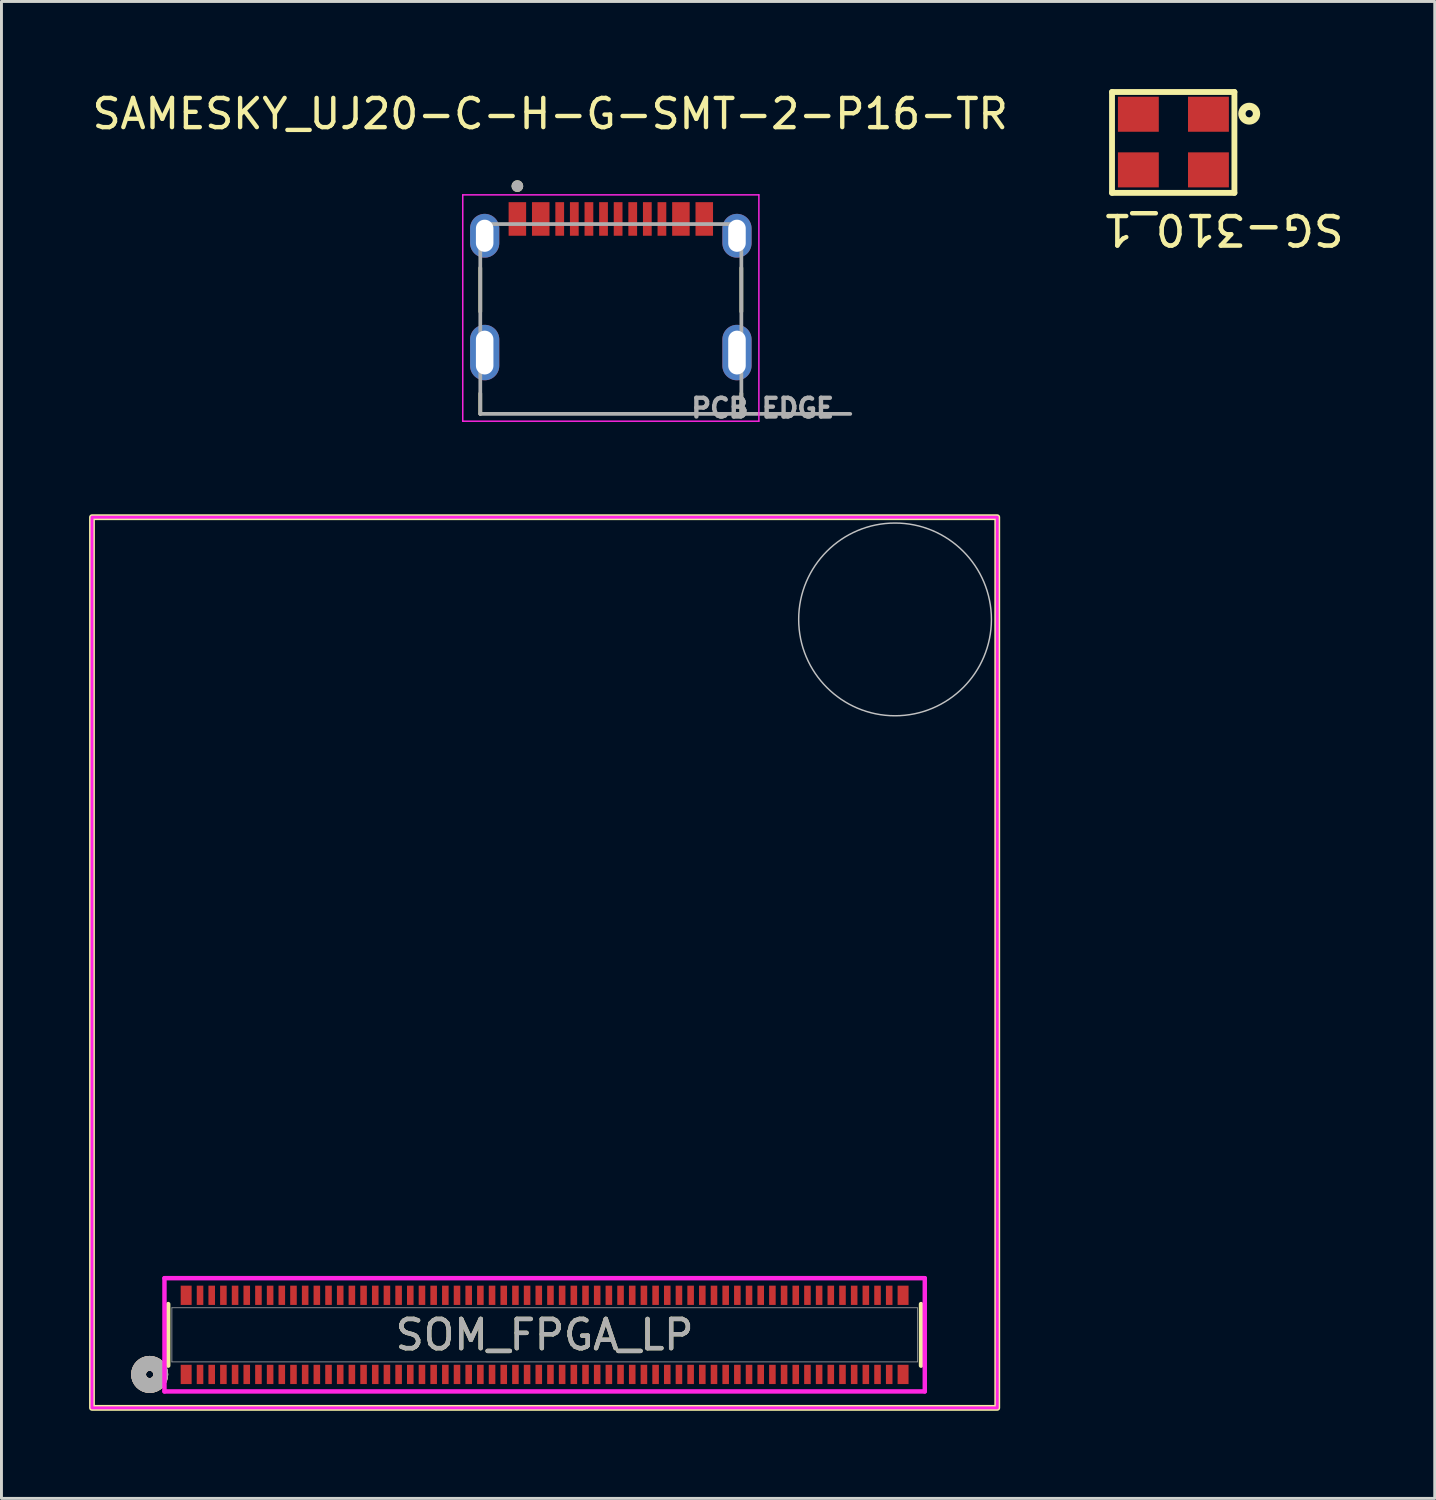
<source format=kicad_pcb>
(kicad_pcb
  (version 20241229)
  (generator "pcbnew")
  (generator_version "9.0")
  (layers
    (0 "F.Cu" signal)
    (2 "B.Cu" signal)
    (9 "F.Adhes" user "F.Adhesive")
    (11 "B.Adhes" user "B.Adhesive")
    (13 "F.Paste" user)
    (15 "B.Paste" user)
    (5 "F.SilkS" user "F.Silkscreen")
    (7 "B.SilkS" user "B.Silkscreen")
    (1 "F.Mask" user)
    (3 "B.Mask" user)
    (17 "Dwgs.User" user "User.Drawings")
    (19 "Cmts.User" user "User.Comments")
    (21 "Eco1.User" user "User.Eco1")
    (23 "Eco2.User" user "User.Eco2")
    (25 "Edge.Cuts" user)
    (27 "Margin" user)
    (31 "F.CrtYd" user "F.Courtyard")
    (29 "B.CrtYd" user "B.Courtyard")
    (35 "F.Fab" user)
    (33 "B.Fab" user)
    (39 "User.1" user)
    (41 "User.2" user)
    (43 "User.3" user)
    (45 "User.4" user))
  (footprint "SAMESKY_UJ20-C-H-G-SMT-2-P16-TR"
    (layer "F.Cu")
    (at 17.867 11.123)
    (property "Reference" "SAMESKY_UJ20-C-H-G-SMT-2-P16-TR" (at -2.075 -10.275 0) (layer "F.SilkS") (effects (font (size 1 1) (thickness 0.15))))
    (attr smd allow_soldermask_bridges)
    (fp_line (start -4.47 -5) (end -4.47 -3.5) (stroke (width 0.127) (type solid)) (layer "F.SilkS"))
    (fp_line (start -4.47 0) (end -4.47 -0.7) (stroke (width 0.127) (type solid)) (layer "F.SilkS"))
    (fp_line (start 4.47 -5) (end 4.47 -3.5) (stroke (width 0.127) (type solid)) (layer "F.SilkS"))
    (fp_line (start 4.47 0) (end 4.47 -0.7) (stroke (width 0.127) (type solid)) (layer "F.SilkS"))
    (fp_circle (center -3.2 -7.8) (end -3.1 -7.8) (stroke (width 0.2) (type solid)) (fill no) (layer "F.SilkS"))
    (fp_line (start -5.07 -7.5) (end -5.07 0.25) (stroke (width 0.05) (type solid)) (layer "F.CrtYd"))
    (fp_line (start -5.07 0.25) (end 5.07 0.25) (stroke (width 0.05) (type solid)) (layer "F.CrtYd"))
    (fp_line (start 5.07 -7.5) (end -5.07 -7.5) (stroke (width 0.05) (type solid)) (layer "F.CrtYd"))
    (fp_line (start 5.07 0.25) (end 5.07 -7.5) (stroke (width 0.05) (type solid)) (layer "F.CrtYd"))
    (fp_line (start -4.47 -6.5) (end -4.47 0) (stroke (width 0.127) (type solid)) (layer "F.Fab"))
    (fp_line (start -4.47 0) (end 4.4 0) (stroke (width 0.127) (type solid)) (layer "F.Fab"))
    (fp_line (start 4.4 0) (end 4.47 0) (stroke (width 0.127) (type solid)) (layer "F.Fab"))
    (fp_line (start 4.47 -6.5) (end -4.47 -6.5) (stroke (width 0.127) (type solid)) (layer "F.Fab"))
    (fp_line (start 4.47 0) (end 4.47 -6.5) (stroke (width 0.127) (type solid)) (layer "F.Fab"))
    (fp_line (start 4.47 0) (end 8.2 0) (stroke (width 0.127) (type solid)) (layer "F.Fab"))
    (fp_circle (center -3.2 -7.8) (end -3.1 -7.8) (stroke (width 0.2) (type solid)) (fill no) (layer "F.Fab"))
    (fp_text user "PCB EDGE" (at 5.2 -0.2 0) (layer "F.Fab") (effects (font (size 0.64 0.64) (thickness 0.15))))
    (pad "A1_B12" smd rect (at -3.2 -6.675) (size 0.6 1.15) (layers "F.Cu" "F.Mask" "F.Paste"))
    (pad "A4_B9" smd rect (at -2.4 -6.675) (size 0.6 1.15) (layers "F.Cu" "F.Mask" "F.Paste"))
    (pad "A5" smd rect (at -1.25 -6.675) (size 0.3 1.15) (layers "F.Cu" "F.Mask" "F.Paste"))
    (pad "A6" smd rect (at -0.25 -6.675) (size 0.3 1.15) (layers "F.Cu" "F.Mask" "F.Paste"))
    (pad "A7" smd rect (at 0.25 -6.675) (size 0.3 1.15) (layers "F.Cu" "F.Mask" "F.Paste"))
    (pad "A8" smd rect (at 1.25 -6.675) (size 0.3 1.15) (layers "F.Cu" "F.Mask" "F.Paste"))
    (pad "B1_A12" smd rect (at 3.2 -6.675) (size 0.6 1.15) (layers "F.Cu" "F.Mask" "F.Paste"))
    (pad "B4_A9" smd rect (at 2.4 -6.675) (size 0.6 1.15) (layers "F.Cu" "F.Mask" "F.Paste"))
    (pad "B5" smd rect (at 1.75 -6.675) (size 0.3 1.15) (layers "F.Cu" "F.Mask" "F.Paste"))
    (pad "B6" smd rect (at 0.75 -6.675) (size 0.3 1.15) (layers "F.Cu" "F.Mask" "F.Paste"))
    (pad "B7" smd rect (at -0.75 -6.675) (size 0.3 1.15) (layers "F.Cu" "F.Mask" "F.Paste"))
    (pad "B8" smd rect (at -1.75 -6.675) (size 0.3 1.15) (layers "F.Cu" "F.Mask" "F.Paste"))
    (pad "SH1" thru_hole oval (at -4.32 -6.1) (size 1 1.5) (drill oval 0.6 1.1) (layers "*.Cu" "*.Mask"))
    (pad "SH2" thru_hole oval (at 4.32 -6.1) (size 1 1.5) (drill oval 0.6 1.1) (layers "*.Cu" "*.Mask"))
    (pad "SH3" thru_hole oval (at -4.32 -2.1) (size 1 1.9) (drill oval 0.6 1.5) (layers "*.Cu" "*.Mask"))
    (pad "SH4" thru_hole oval (at 4.32 -2.1) (size 1 1.9) (drill oval 0.6 1.5) (layers "*.Cu" "*.Mask")))
  (footprint "SOM_FPGA_LP"
    (layer "F.Cu")
    (at 15.6 42.661)
    (property "Reference" "SOM_FPGA_LP" (at 0 0 0) (unlocked yes) (layer "F.SilkS") (effects (font (size 1 1) (thickness 0.15))))
    (attr smd)
    (fp_line (start -12.89 -1.054) (end -12.89 1.054) (stroke (width 0.152) (type solid)) (layer "F.SilkS"))
    (fp_line (start 12.89 1.054) (end 12.89 -1.054) (stroke (width 0.152) (type solid)) (layer "F.SilkS"))
    (fp_rect (start -15.5 -28) (end 15.5 2.5) (stroke (width 0.2) (type solid)) (fill no) (layer "F.SilkS"))
    (fp_circle (center -13.525 1.355) (end -13.145 1.355) (stroke (width 0.508) (type solid)) (fill no) (layer "F.SilkS"))
    (fp_circle (center -13.525 1.355) (end -13.145 1.355) (stroke (width 0.508) (type solid)) (fill no) (layer "B.SilkS"))
    (fp_circle (center 12 -24.5) (end 15.3 -24.5) (stroke (width 0.05) (type solid)) (fill no) (layer "Dwgs.User"))
    (fp_line (start -13.018 -1.941) (end -13.018 1.937) (stroke (width 0.152) (type solid)) (layer "F.CrtYd"))
    (fp_line (start -13.018 1.937) (end 13.018 1.937) (stroke (width 0.152) (type solid)) (layer "F.CrtYd"))
    (fp_line (start 13.018 -1.941) (end -13.018 -1.941) (stroke (width 0.152) (type solid)) (layer "F.CrtYd"))
    (fp_line (start 13.018 1.937) (end 13.018 -1.941) (stroke (width 0.152) (type solid)) (layer "F.CrtYd"))
    (fp_rect (start -15.5 -28) (end 15.5 2.5) (stroke (width 0.1) (type solid)) (fill no) (layer "F.CrtYd"))
    (fp_line (start -12.764 -0.927) (end -12.764 0.927) (stroke (width 0.025) (type solid)) (layer "F.Fab"))
    (fp_line (start -12.764 0.927) (end 12.764 0.927) (stroke (width 0.025) (type solid)) (layer "F.Fab"))
    (fp_line (start 12.764 -0.927) (end -12.764 -0.927) (stroke (width 0.025) (type solid)) (layer "F.Fab"))
    (fp_line (start 12.764 0.927) (end 12.764 -0.927) (stroke (width 0.025) (type solid)) (layer "F.Fab"))
    (fp_circle (center -13.525 1.355) (end -13.145 1.355) (stroke (width 0.508) (type solid)) (fill no) (layer "F.Fab"))
    (fp_text user "${REFERENCE}" (at 0 0 0) (unlocked yes) (layer "F.Fab") (effects (font (size 1 1) (thickness 0.15))))
    (pad "1" smd rect (at -11.8 1.355) (size 0.225 0.66) (layers "F.Cu" "F.Mask" "F.Paste"))
    (pad "2" smd rect (at -11.8 -1.355) (size 0.225 0.66) (layers "F.Cu" "F.Mask" "F.Paste"))
    (pad "3" smd rect (at -11.4 1.355) (size 0.225 0.66) (layers "F.Cu" "F.Mask" "F.Paste"))
    (pad "4" smd rect (at -11.4 -1.355) (size 0.225 0.66) (layers "F.Cu" "F.Mask" "F.Paste"))
    (pad "5" smd rect (at -11 1.355) (size 0.225 0.66) (layers "F.Cu" "F.Mask" "F.Paste"))
    (pad "6" smd rect (at -11 -1.355) (size 0.225 0.66) (layers "F.Cu" "F.Mask" "F.Paste"))
    (pad "7" smd rect (at -10.6 1.355) (size 0.225 0.66) (layers "F.Cu" "F.Mask" "F.Paste"))
    (pad "8" smd rect (at -10.6 -1.355) (size 0.225 0.66) (layers "F.Cu" "F.Mask" "F.Paste"))
    (pad "9" smd rect (at -10.2 1.355) (size 0.225 0.66) (layers "F.Cu" "F.Mask" "F.Paste"))
    (pad "10" smd rect (at -10.2 -1.355) (size 0.225 0.66) (layers "F.Cu" "F.Mask" "F.Paste"))
    (pad "11" smd rect (at -9.8 1.355) (size 0.225 0.66) (layers "F.Cu" "F.Mask" "F.Paste"))
    (pad "12" smd rect (at -9.8 -1.355) (size 0.225 0.66) (layers "F.Cu" "F.Mask" "F.Paste"))
    (pad "13" smd rect (at -9.4 1.355) (size 0.225 0.66) (layers "F.Cu" "F.Mask" "F.Paste"))
    (pad "14" smd rect (at -9.4 -1.355) (size 0.225 0.66) (layers "F.Cu" "F.Mask" "F.Paste"))
    (pad "15" smd rect (at -9 1.355) (size 0.225 0.66) (layers "F.Cu" "F.Mask" "F.Paste"))
    (pad "16" smd rect (at -9 -1.355) (size 0.225 0.66) (layers "F.Cu" "F.Mask" "F.Paste"))
    (pad "17" smd rect (at -8.6 1.355) (size 0.225 0.66) (layers "F.Cu" "F.Mask" "F.Paste"))
    (pad "18" smd rect (at -8.6 -1.355) (size 0.225 0.66) (layers "F.Cu" "F.Mask" "F.Paste"))
    (pad "19" smd rect (at -8.2 1.355) (size 0.225 0.66) (layers "F.Cu" "F.Mask" "F.Paste"))
    (pad "20" smd rect (at -8.2 -1.355) (size 0.225 0.66) (layers "F.Cu" "F.Mask" "F.Paste"))
    (pad "21" smd rect (at -7.8 1.355) (size 0.225 0.66) (layers "F.Cu" "F.Mask" "F.Paste"))
    (pad "22" smd rect (at -7.8 -1.355) (size 0.225 0.66) (layers "F.Cu" "F.Mask" "F.Paste"))
    (pad "23" smd rect (at -7.4 1.355) (size 0.225 0.66) (layers "F.Cu" "F.Mask" "F.Paste"))
    (pad "24" smd rect (at -7.4 -1.355) (size 0.225 0.66) (layers "F.Cu" "F.Mask" "F.Paste"))
    (pad "25" smd rect (at -7 1.355) (size 0.225 0.66) (layers "F.Cu" "F.Mask" "F.Paste"))
    (pad "26" smd rect (at -7 -1.355) (size 0.225 0.66) (layers "F.Cu" "F.Mask" "F.Paste"))
    (pad "27" smd rect (at -6.6 1.355) (size 0.225 0.66) (layers "F.Cu" "F.Mask" "F.Paste"))
    (pad "28" smd rect (at -6.6 -1.355) (size 0.225 0.66) (layers "F.Cu" "F.Mask" "F.Paste"))
    (pad "29" smd rect (at -6.2 1.355) (size 0.225 0.66) (layers "F.Cu" "F.Mask" "F.Paste"))
    (pad "30" smd rect (at -6.2 -1.355) (size 0.225 0.66) (layers "F.Cu" "F.Mask" "F.Paste"))
    (pad "31" smd rect (at -5.8 1.355) (size 0.225 0.66) (layers "F.Cu" "F.Mask" "F.Paste"))
    (pad "32" smd rect (at -5.8 -1.355) (size 0.225 0.66) (layers "F.Cu" "F.Mask" "F.Paste"))
    (pad "33" smd rect (at -5.4 1.355) (size 0.225 0.66) (layers "F.Cu" "F.Mask" "F.Paste"))
    (pad "34" smd rect (at -5.4 -1.355) (size 0.225 0.66) (layers "F.Cu" "F.Mask" "F.Paste"))
    (pad "35" smd rect (at -5 1.355) (size 0.225 0.66) (layers "F.Cu" "F.Mask" "F.Paste"))
    (pad "36" smd rect (at -5 -1.355) (size 0.225 0.66) (layers "F.Cu" "F.Mask" "F.Paste"))
    (pad "37" smd rect (at -4.6 1.355) (size 0.225 0.66) (layers "F.Cu" "F.Mask" "F.Paste"))
    (pad "38" smd rect (at -4.6 -1.355) (size 0.225 0.66) (layers "F.Cu" "F.Mask" "F.Paste"))
    (pad "39" smd rect (at -4.2 1.355) (size 0.225 0.66) (layers "F.Cu" "F.Mask" "F.Paste"))
    (pad "40" smd rect (at -4.2 -1.355) (size 0.225 0.66) (layers "F.Cu" "F.Mask" "F.Paste"))
    (pad "41" smd rect (at -3.8 1.355) (size 0.225 0.66) (layers "F.Cu" "F.Mask" "F.Paste"))
    (pad "42" smd rect (at -3.8 -1.355) (size 0.225 0.66) (layers "F.Cu" "F.Mask" "F.Paste"))
    (pad "43" smd rect (at -3.4 1.355) (size 0.225 0.66) (layers "F.Cu" "F.Mask" "F.Paste"))
    (pad "44" smd rect (at -3.4 -1.355) (size 0.225 0.66) (layers "F.Cu" "F.Mask" "F.Paste"))
    (pad "45" smd rect (at -3 1.355) (size 0.225 0.66) (layers "F.Cu" "F.Mask" "F.Paste"))
    (pad "46" smd rect (at -3 -1.355) (size 0.225 0.66) (layers "F.Cu" "F.Mask" "F.Paste"))
    (pad "47" smd rect (at -2.6 1.355) (size 0.225 0.66) (layers "F.Cu" "F.Mask" "F.Paste"))
    (pad "48" smd rect (at -2.6 -1.355) (size 0.225 0.66) (layers "F.Cu" "F.Mask" "F.Paste"))
    (pad "49" smd rect (at -2.2 1.355) (size 0.225 0.66) (layers "F.Cu" "F.Mask" "F.Paste"))
    (pad "50" smd rect (at -2.2 -1.355) (size 0.225 0.66) (layers "F.Cu" "F.Mask" "F.Paste"))
    (pad "51" smd rect (at -1.8 1.355) (size 0.225 0.66) (layers "F.Cu" "F.Mask" "F.Paste"))
    (pad "52" smd rect (at -1.8 -1.355) (size 0.225 0.66) (layers "F.Cu" "F.Mask" "F.Paste"))
    (pad "53" smd rect (at -1.4 1.355) (size 0.225 0.66) (layers "F.Cu" "F.Mask" "F.Paste"))
    (pad "54" smd rect (at -1.4 -1.355) (size 0.225 0.66) (layers "F.Cu" "F.Mask" "F.Paste"))
    (pad "55" smd rect (at -1 1.355) (size 0.225 0.66) (layers "F.Cu" "F.Mask" "F.Paste"))
    (pad "56" smd rect (at -1 -1.355) (size 0.225 0.66) (layers "F.Cu" "F.Mask" "F.Paste"))
    (pad "57" smd rect (at -0.6 1.355) (size 0.225 0.66) (layers "F.Cu" "F.Mask" "F.Paste"))
    (pad "58" smd rect (at -0.6 -1.355) (size 0.225 0.66) (layers "F.Cu" "F.Mask" "F.Paste"))
    (pad "59" smd rect (at -0.2 1.355) (size 0.225 0.66) (layers "F.Cu" "F.Mask" "F.Paste"))
    (pad "60" smd rect (at -0.2 -1.355) (size 0.225 0.66) (layers "F.Cu" "F.Mask" "F.Paste"))
    (pad "61" smd rect (at 0.2 1.355) (size 0.225 0.66) (layers "F.Cu" "F.Mask" "F.Paste"))
    (pad "62" smd rect (at 0.2 -1.355) (size 0.225 0.66) (layers "F.Cu" "F.Mask" "F.Paste"))
    (pad "63" smd rect (at 0.6 1.355) (size 0.225 0.66) (layers "F.Cu" "F.Mask" "F.Paste"))
    (pad "64" smd rect (at 0.6 -1.355) (size 0.225 0.66) (layers "F.Cu" "F.Mask" "F.Paste"))
    (pad "65" smd rect (at 1 1.355) (size 0.225 0.66) (layers "F.Cu" "F.Mask" "F.Paste"))
    (pad "66" smd rect (at 1 -1.355) (size 0.225 0.66) (layers "F.Cu" "F.Mask" "F.Paste"))
    (pad "67" smd rect (at 1.4 1.355) (size 0.225 0.66) (layers "F.Cu" "F.Mask" "F.Paste"))
    (pad "68" smd rect (at 1.4 -1.355) (size 0.225 0.66) (layers "F.Cu" "F.Mask" "F.Paste"))
    (pad "69" smd rect (at 1.8 1.355) (size 0.225 0.66) (layers "F.Cu" "F.Mask" "F.Paste"))
    (pad "70" smd rect (at 1.8 -1.355) (size 0.225 0.66) (layers "F.Cu" "F.Mask" "F.Paste"))
    (pad "71" smd rect (at 2.2 1.355) (size 0.225 0.66) (layers "F.Cu" "F.Mask" "F.Paste"))
    (pad "72" smd rect (at 2.2 -1.355) (size 0.225 0.66) (layers "F.Cu" "F.Mask" "F.Paste"))
    (pad "73" smd rect (at 2.6 1.355) (size 0.225 0.66) (layers "F.Cu" "F.Mask" "F.Paste"))
    (pad "74" smd rect (at 2.6 -1.355) (size 0.225 0.66) (layers "F.Cu" "F.Mask" "F.Paste"))
    (pad "75" smd rect (at 3 1.355) (size 0.225 0.66) (layers "F.Cu" "F.Mask" "F.Paste"))
    (pad "76" smd rect (at 3 -1.355) (size 0.225 0.66) (layers "F.Cu" "F.Mask" "F.Paste"))
    (pad "77" smd rect (at 3.4 1.355) (size 0.225 0.66) (layers "F.Cu" "F.Mask" "F.Paste"))
    (pad "78" smd rect (at 3.4 -1.355) (size 0.225 0.66) (layers "F.Cu" "F.Mask" "F.Paste"))
    (pad "79" smd rect (at 3.8 1.355) (size 0.225 0.66) (layers "F.Cu" "F.Mask" "F.Paste"))
    (pad "80" smd rect (at 3.8 -1.355) (size 0.225 0.66) (layers "F.Cu" "F.Mask" "F.Paste"))
    (pad "81" smd rect (at 4.2 1.355) (size 0.225 0.66) (layers "F.Cu" "F.Mask" "F.Paste"))
    (pad "82" smd rect (at 4.2 -1.355) (size 0.225 0.66) (layers "F.Cu" "F.Mask" "F.Paste"))
    (pad "83" smd rect (at 4.6 1.355) (size 0.225 0.66) (layers "F.Cu" "F.Mask" "F.Paste"))
    (pad "84" smd rect (at 4.6 -1.355) (size 0.225 0.66) (layers "F.Cu" "F.Mask" "F.Paste"))
    (pad "85" smd rect (at 5 1.355) (size 0.225 0.66) (layers "F.Cu" "F.Mask" "F.Paste"))
    (pad "86" smd rect (at 5 -1.355) (size 0.225 0.66) (layers "F.Cu" "F.Mask" "F.Paste"))
    (pad "87" smd rect (at 5.4 1.355) (size 0.225 0.66) (layers "F.Cu" "F.Mask" "F.Paste"))
    (pad "88" smd rect (at 5.4 -1.355) (size 0.225 0.66) (layers "F.Cu" "F.Mask" "F.Paste"))
    (pad "89" smd rect (at 5.8 1.355) (size 0.225 0.66) (layers "F.Cu" "F.Mask" "F.Paste"))
    (pad "90" smd rect (at 5.8 -1.355) (size 0.225 0.66) (layers "F.Cu" "F.Mask" "F.Paste"))
    (pad "91" smd rect (at 6.2 1.355) (size 0.225 0.66) (layers "F.Cu" "F.Mask" "F.Paste"))
    (pad "92" smd rect (at 6.2 -1.355) (size 0.225 0.66) (layers "F.Cu" "F.Mask" "F.Paste"))
    (pad "93" smd rect (at 6.6 1.355) (size 0.225 0.66) (layers "F.Cu" "F.Mask" "F.Paste"))
    (pad "94" smd rect (at 6.6 -1.355) (size 0.225 0.66) (layers "F.Cu" "F.Mask" "F.Paste"))
    (pad "95" smd rect (at 7 1.355) (size 0.225 0.66) (layers "F.Cu" "F.Mask" "F.Paste"))
    (pad "96" smd rect (at 7 -1.355) (size 0.225 0.66) (layers "F.Cu" "F.Mask" "F.Paste"))
    (pad "97" smd rect (at 7.4 1.355) (size 0.225 0.66) (layers "F.Cu" "F.Mask" "F.Paste"))
    (pad "98" smd rect (at 7.4 -1.355) (size 0.225 0.66) (layers "F.Cu" "F.Mask" "F.Paste"))
    (pad "99" smd rect (at 7.8 1.355) (size 0.225 0.66) (layers "F.Cu" "F.Mask" "F.Paste"))
    (pad "100" smd rect (at 7.8 -1.355) (size 0.225 0.66) (layers "F.Cu" "F.Mask" "F.Paste"))
    (pad "101" smd rect (at 8.2 1.355) (size 0.225 0.66) (layers "F.Cu" "F.Mask" "F.Paste"))
    (pad "102" smd rect (at 8.2 -1.355) (size 0.225 0.66) (layers "F.Cu" "F.Mask" "F.Paste"))
    (pad "103" smd rect (at 8.6 1.355) (size 0.225 0.66) (layers "F.Cu" "F.Mask" "F.Paste"))
    (pad "104" smd rect (at 8.6 -1.355) (size 0.225 0.66) (layers "F.Cu" "F.Mask" "F.Paste"))
    (pad "105" smd rect (at 9 1.355) (size 0.225 0.66) (layers "F.Cu" "F.Mask" "F.Paste"))
    (pad "106" smd rect (at 9 -1.355) (size 0.225 0.66) (layers "F.Cu" "F.Mask" "F.Paste"))
    (pad "107" smd rect (at 9.4 1.355) (size 0.225 0.66) (layers "F.Cu" "F.Mask" "F.Paste"))
    (pad "108" smd rect (at 9.4 -1.355) (size 0.225 0.66) (layers "F.Cu" "F.Mask" "F.Paste"))
    (pad "109" smd rect (at 9.8 1.355) (size 0.225 0.66) (layers "F.Cu" "F.Mask" "F.Paste"))
    (pad "110" smd rect (at 9.8 -1.355) (size 0.225 0.66) (layers "F.Cu" "F.Mask" "F.Paste"))
    (pad "111" smd rect (at 10.2 1.355) (size 0.225 0.66) (layers "F.Cu" "F.Mask" "F.Paste"))
    (pad "112" smd rect (at 10.2 -1.355) (size 0.225 0.66) (layers "F.Cu" "F.Mask" "F.Paste"))
    (pad "113" smd rect (at 10.6 1.355) (size 0.225 0.66) (layers "F.Cu" "F.Mask" "F.Paste"))
    (pad "114" smd rect (at 10.6 -1.355) (size 0.225 0.66) (layers "F.Cu" "F.Mask" "F.Paste"))
    (pad "115" smd rect (at 11 1.355) (size 0.225 0.66) (layers "F.Cu" "F.Mask" "F.Paste"))
    (pad "116" smd rect (at 11 -1.355) (size 0.225 0.66) (layers "F.Cu" "F.Mask" "F.Paste"))
    (pad "117" smd rect (at 11.4 1.355) (size 0.225 0.66) (layers "F.Cu" "F.Mask" "F.Paste"))
    (pad "118" smd rect (at 11.4 -1.355) (size 0.225 0.66) (layers "F.Cu" "F.Mask" "F.Paste"))
    (pad "119" smd rect (at 11.8 1.355) (size 0.225 0.66) (layers "F.Cu" "F.Mask" "F.Paste"))
    (pad "120" smd rect (at 11.8 -1.355) (size 0.225 0.66) (layers "F.Cu" "F.Mask" "F.Paste"))
    (pad "121" smd rect (at -12.275 1.355) (size 0.375 0.66) (layers "F.Cu" "F.Mask" "F.Paste"))
    (pad "122" smd rect (at 12.275 1.355) (size 0.375 0.66) (layers "F.Cu" "F.Mask" "F.Paste"))
    (pad "123" smd rect (at -12.275 -1.355) (size 0.375 0.66) (layers "F.Cu" "F.Mask" "F.Paste"))
    (pad "124" smd rect (at 12.275 -1.355) (size 0.375 0.66) (layers "F.Cu" "F.Mask" "F.Paste")))
  (footprint "SG-310_1"
    (layer "F.Cu")
    (at 38.332 0.862)
    (property "Reference" "SG-310_1" (at 0.5 3.945 180) (unlocked yes) (layer "F.SilkS") (effects (font (size 1.01 1.063) (thickness 0.154))))
    (fp_line (start -3.302 -0.762) (end -3.302 2.692) (stroke (width 0.2) (type solid)) (layer "F.SilkS"))
    (fp_line (start -3.302 -0.762) (end 0.889 -0.762) (stroke (width 0.2) (type solid)) (layer "F.SilkS"))
    (fp_line (start 0.889 -0.762) (end 0.889 2.692) (stroke (width 0.2) (type solid)) (layer "F.SilkS"))
    (fp_line (start 0.889 2.692) (end -3.302 2.692) (stroke (width 0.2) (type solid)) (layer "F.SilkS"))
    (fp_arc (start 1.27112 -0.0191) (mid 1.5211 -0.0191) (end 1.27112 -0.0191) (stroke (width 0.24999) (type solid)) (layer "F.SilkS"))
    (pad "1" smd rect (at 0 0 180) (size 1.4 1.2) (layers "F.Cu" "F.Mask" "F.Paste"))
    (pad "2" smd rect (at -2.4 0 180) (size 1.4 1.2) (layers "F.Cu" "F.Mask" "F.Paste"))
    (pad "3" smd rect (at -2.4 1.905 180) (size 1.4 1.2) (layers "F.Cu" "F.Mask" "F.Paste"))
    (pad "4" smd rect (at 0 1.905 180) (size 1.4 1.2) (layers "F.Cu" "F.Mask" "F.Paste")))
  (gr_rect
    (start -3 -3)
    (end 46.081 48.261)
    (stroke (width 0.1) (type default))
    (fill no)
    (layer "Edge.Cuts")))
</source>
